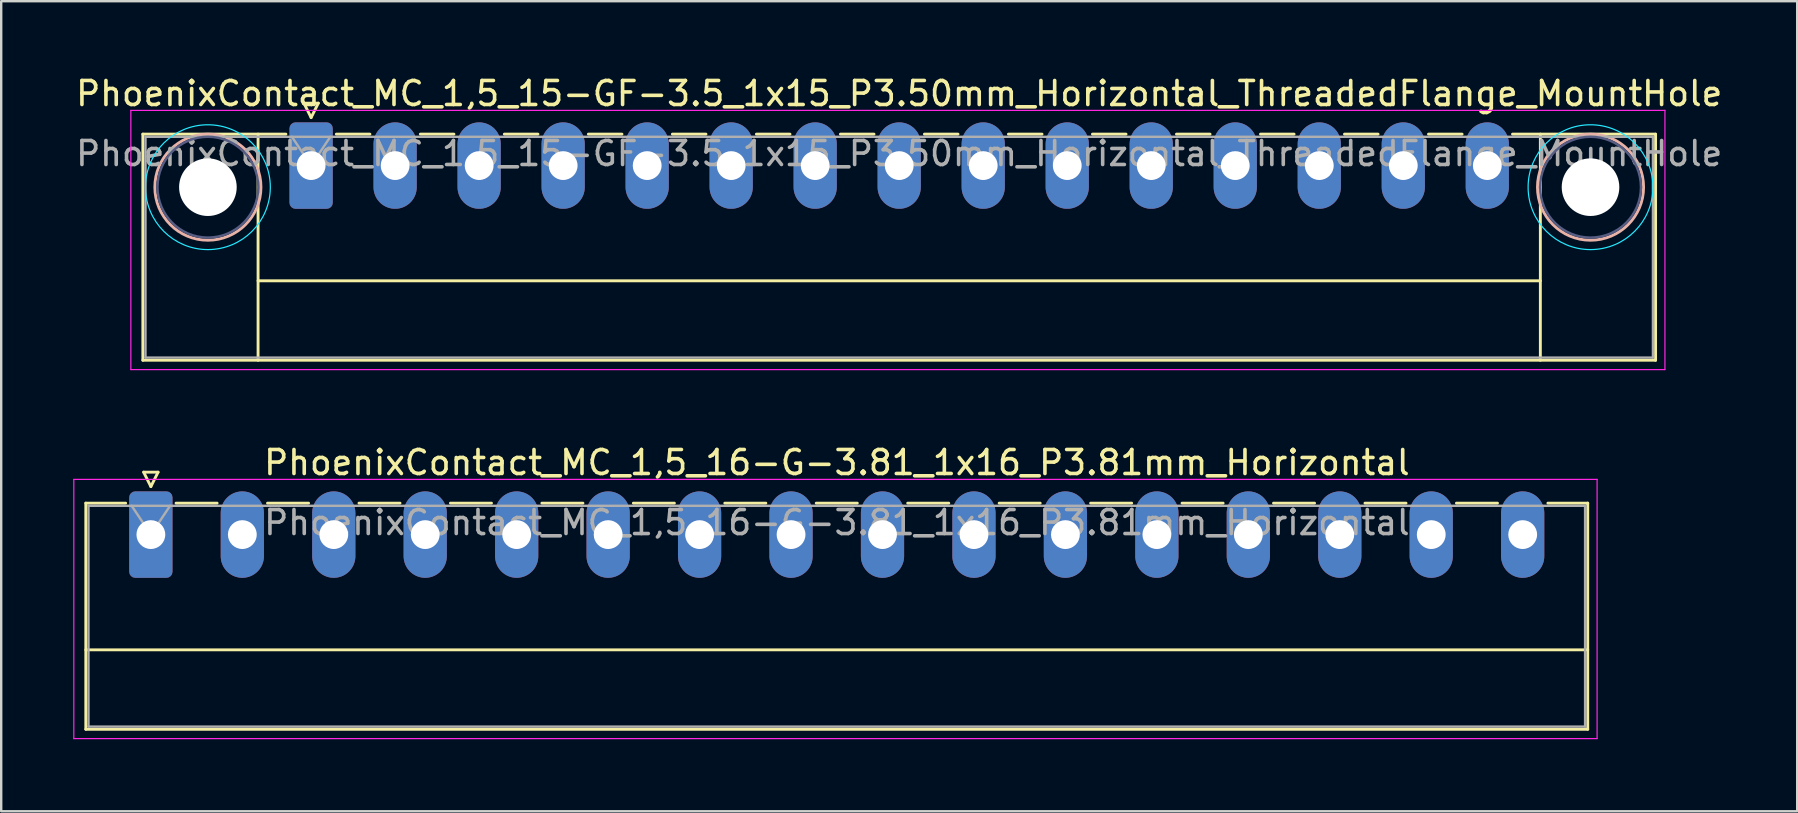
<source format=kicad_pcb>
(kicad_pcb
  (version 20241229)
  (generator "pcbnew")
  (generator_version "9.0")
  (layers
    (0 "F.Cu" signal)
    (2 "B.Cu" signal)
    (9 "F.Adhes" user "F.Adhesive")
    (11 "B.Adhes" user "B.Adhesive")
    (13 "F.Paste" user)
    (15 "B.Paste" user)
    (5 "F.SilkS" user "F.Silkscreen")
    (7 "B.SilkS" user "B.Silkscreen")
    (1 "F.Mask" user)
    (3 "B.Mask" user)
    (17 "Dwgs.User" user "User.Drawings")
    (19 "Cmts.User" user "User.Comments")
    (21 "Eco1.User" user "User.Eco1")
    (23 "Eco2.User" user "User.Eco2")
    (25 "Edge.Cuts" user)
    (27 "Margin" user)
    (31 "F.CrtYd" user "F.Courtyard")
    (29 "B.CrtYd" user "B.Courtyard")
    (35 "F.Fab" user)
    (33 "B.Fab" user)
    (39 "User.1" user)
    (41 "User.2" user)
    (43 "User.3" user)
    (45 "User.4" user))
  (footprint "PhoenixContact_MC_1,5_15-GF-3.5_1x15_P3.50mm_Horizontal_ThreadedFlange_MountHole"
    (layer "F.Cu")
    (at 9.911 3.848)
    (property "Reference" "PhoenixContact_MC_1,5_15-GF-3.5_1x15_P3.50mm_Horizontal_ThreadedFlange_MountHole" (at 24.5 -3 0) (layer "F.SilkS") (effects (font (size 1 1) (thickness 0.15))))
    (attr through_hole)
    (fp_line (start -7.01 -1.31) (end -7.01 8.11) (stroke (width 0.12) (type solid)) (layer "F.SilkS"))
    (fp_line (start -7.01 -1.31) (end -1.05 -1.31) (stroke (width 0.12) (type solid)) (layer "F.SilkS"))
    (fp_line (start -7.01 8.11) (end 56.01 8.11) (stroke (width 0.12) (type solid)) (layer "F.SilkS"))
    (fp_line (start -2.21 -1.31) (end -2.21 8.11) (stroke (width 0.12) (type solid)) (layer "F.SilkS"))
    (fp_line (start -2.21 4.8) (end 51.21 4.8) (stroke (width 0.12) (type solid)) (layer "F.SilkS"))
    (fp_line (start -0.3 -2.6) (end 0.3 -2.6) (stroke (width 0.12) (type solid)) (layer "F.SilkS"))
    (fp_line (start 0 -2) (end -0.3 -2.6) (stroke (width 0.12) (type solid)) (layer "F.SilkS"))
    (fp_line (start 0.3 -2.6) (end 0 -2) (stroke (width 0.12) (type solid)) (layer "F.SilkS"))
    (fp_line (start 1.05 -1.31) (end 2.45 -1.31) (stroke (width 0.12) (type solid)) (layer "F.SilkS"))
    (fp_line (start 4.55 -1.31) (end 5.95 -1.31) (stroke (width 0.12) (type solid)) (layer "F.SilkS"))
    (fp_line (start 8.05 -1.31) (end 9.45 -1.31) (stroke (width 0.12) (type solid)) (layer "F.SilkS"))
    (fp_line (start 11.55 -1.31) (end 12.95 -1.31) (stroke (width 0.12) (type solid)) (layer "F.SilkS"))
    (fp_line (start 15.05 -1.31) (end 16.45 -1.31) (stroke (width 0.12) (type solid)) (layer "F.SilkS"))
    (fp_line (start 18.55 -1.31) (end 19.95 -1.31) (stroke (width 0.12) (type solid)) (layer "F.SilkS"))
    (fp_line (start 22.05 -1.31) (end 23.45 -1.31) (stroke (width 0.12) (type solid)) (layer "F.SilkS"))
    (fp_line (start 25.55 -1.31) (end 26.95 -1.31) (stroke (width 0.12) (type solid)) (layer "F.SilkS"))
    (fp_line (start 29.05 -1.31) (end 30.45 -1.31) (stroke (width 0.12) (type solid)) (layer "F.SilkS"))
    (fp_line (start 32.55 -1.31) (end 33.95 -1.31) (stroke (width 0.12) (type solid)) (layer "F.SilkS"))
    (fp_line (start 36.05 -1.31) (end 37.45 -1.31) (stroke (width 0.12) (type solid)) (layer "F.SilkS"))
    (fp_line (start 39.55 -1.31) (end 40.95 -1.31) (stroke (width 0.12) (type solid)) (layer "F.SilkS"))
    (fp_line (start 43.05 -1.31) (end 44.45 -1.31) (stroke (width 0.12) (type solid)) (layer "F.SilkS"))
    (fp_line (start 46.55 -1.31) (end 47.95 -1.31) (stroke (width 0.12) (type solid)) (layer "F.SilkS"))
    (fp_line (start 51.21 -1.31) (end 51.21 8.11) (stroke (width 0.12) (type solid)) (layer "F.SilkS"))
    (fp_line (start 56.01 -1.31) (end 50.05 -1.31) (stroke (width 0.12) (type solid)) (layer "F.SilkS"))
    (fp_line (start 56.01 8.11) (end 56.01 -1.31) (stroke (width 0.12) (type solid)) (layer "F.SilkS"))
    (fp_circle (center -4.3 0.9) (end -2.09 0.9) (stroke (width 0.12) (type solid)) (fill no) (layer "B.SilkS"))
    (fp_circle (center 53.3 0.9) (end 55.51 0.9) (stroke (width 0.12) (type solid)) (fill no) (layer "B.SilkS"))
    (fp_circle (center -4.3 0.9) (end -1.7 0.9) (stroke (width 0.05) (type solid)) (fill no) (layer "B.CrtYd"))
    (fp_circle (center 53.3 0.9) (end 55.9 0.9) (stroke (width 0.05) (type solid)) (fill no) (layer "B.CrtYd"))
    (fp_line (start -7.51 -2.3) (end -7.51 8.5) (stroke (width 0.05) (type solid)) (layer "F.CrtYd"))
    (fp_line (start -7.51 8.5) (end 56.4 8.5) (stroke (width 0.05) (type solid)) (layer "F.CrtYd"))
    (fp_line (start 56.4 -2.3) (end -7.51 -2.3) (stroke (width 0.05) (type solid)) (layer "F.CrtYd"))
    (fp_line (start 56.4 8.5) (end 56.4 -2.3) (stroke (width 0.05) (type solid)) (layer "F.CrtYd"))
    (fp_circle (center -4.3 0.9) (end -2.2 0.9) (stroke (width 0.1) (type solid)) (fill no) (layer "B.Fab"))
    (fp_circle (center 53.3 0.9) (end 55.4 0.9) (stroke (width 0.1) (type solid)) (fill no) (layer "B.Fab"))
    (fp_line (start -6.9 -1.2) (end -6.9 8) (stroke (width 0.1) (type solid)) (layer "F.Fab"))
    (fp_line (start -6.9 8) (end 55.9 8) (stroke (width 0.1) (type solid)) (layer "F.Fab"))
    (fp_line (start 0 0) (end -0.8 -1.2) (stroke (width 0.1) (type solid)) (layer "F.Fab"))
    (fp_line (start 0.8 -1.2) (end 0 0) (stroke (width 0.1) (type solid)) (layer "F.Fab"))
    (fp_line (start 55.9 -1.2) (end -6.9 -1.2) (stroke (width 0.1) (type solid)) (layer "F.Fab"))
    (fp_line (start 55.9 8) (end 55.9 -1.2) (stroke (width 0.1) (type solid)) (layer "F.Fab"))
    (fp_text user "${REFERENCE}" (at 24.5 -0.5 0) (layer "F.Fab") (effects (font (size 1 1) (thickness 0.15))))
    (pad "" np_thru_hole circle (at -4.3 0.9) (size 2.4 2.4) (drill 2.4) (layers "*.Cu" "*.Mask"))
    (pad "" np_thru_hole circle (at 53.3 0.9) (size 2.4 2.4) (drill 2.4) (layers "*.Cu" "*.Mask"))
    (pad "1" thru_hole roundrect (at 0 0) (size 1.8 3.6) (drill 1.2) (layers "*.Cu" "*.Mask") (roundrect_rratio 0.139))
    (pad "2" thru_hole oval (at 3.5 0) (size 1.8 3.6) (drill 1.2) (layers "*.Cu" "*.Mask"))
    (pad "3" thru_hole oval (at 7 0) (size 1.8 3.6) (drill 1.2) (layers "*.Cu" "*.Mask"))
    (pad "4" thru_hole oval (at 10.5 0) (size 1.8 3.6) (drill 1.2) (layers "*.Cu" "*.Mask"))
    (pad "5" thru_hole oval (at 14 0) (size 1.8 3.6) (drill 1.2) (layers "*.Cu" "*.Mask"))
    (pad "6" thru_hole oval (at 17.5 0) (size 1.8 3.6) (drill 1.2) (layers "*.Cu" "*.Mask"))
    (pad "7" thru_hole oval (at 21 0) (size 1.8 3.6) (drill 1.2) (layers "*.Cu" "*.Mask"))
    (pad "8" thru_hole oval (at 24.5 0) (size 1.8 3.6) (drill 1.2) (layers "*.Cu" "*.Mask"))
    (pad "9" thru_hole oval (at 28 0) (size 1.8 3.6) (drill 1.2) (layers "*.Cu" "*.Mask"))
    (pad "10" thru_hole oval (at 31.5 0) (size 1.8 3.6) (drill 1.2) (layers "*.Cu" "*.Mask"))
    (pad "11" thru_hole oval (at 35 0) (size 1.8 3.6) (drill 1.2) (layers "*.Cu" "*.Mask"))
    (pad "12" thru_hole oval (at 38.5 0) (size 1.8 3.6) (drill 1.2) (layers "*.Cu" "*.Mask"))
    (pad "13" thru_hole oval (at 42 0) (size 1.8 3.6) (drill 1.2) (layers "*.Cu" "*.Mask"))
    (pad "14" thru_hole oval (at 45.5 0) (size 1.8 3.6) (drill 1.2) (layers "*.Cu" "*.Mask"))
    (pad "15" thru_hole oval (at 49 0) (size 1.8 3.6) (drill 1.2) (layers "*.Cu" "*.Mask")))
  (footprint "PhoenixContact_MC_1,5_16-G-3.81_1x16_P3.81mm_Horizontal"
    (layer "F.Cu")
    (at 3.235 19.221)
    (property "Reference" "PhoenixContact_MC_1,5_16-G-3.81_1x16_P3.81mm_Horizontal" (at 28.58 -3 0) (layer "F.SilkS") (effects (font (size 1 1) (thickness 0.15))))
    (attr through_hole)
    (fp_line (start -2.71 -1.31) (end -2.71 8.11) (stroke (width 0.12) (type solid)) (layer "F.SilkS"))
    (fp_line (start -2.71 -1.31) (end -1.05 -1.31) (stroke (width 0.12) (type solid)) (layer "F.SilkS"))
    (fp_line (start -2.71 4.8) (end 59.86 4.8) (stroke (width 0.12) (type solid)) (layer "F.SilkS"))
    (fp_line (start -2.71 8.11) (end 59.86 8.11) (stroke (width 0.12) (type solid)) (layer "F.SilkS"))
    (fp_line (start -0.3 -2.6) (end 0.3 -2.6) (stroke (width 0.12) (type solid)) (layer "F.SilkS"))
    (fp_line (start 0 -2) (end -0.3 -2.6) (stroke (width 0.12) (type solid)) (layer "F.SilkS"))
    (fp_line (start 0.3 -2.6) (end 0 -2) (stroke (width 0.12) (type solid)) (layer "F.SilkS"))
    (fp_line (start 1.05 -1.31) (end 2.76 -1.31) (stroke (width 0.12) (type solid)) (layer "F.SilkS"))
    (fp_line (start 4.86 -1.31) (end 6.57 -1.31) (stroke (width 0.12) (type solid)) (layer "F.SilkS"))
    (fp_line (start 8.67 -1.31) (end 10.38 -1.31) (stroke (width 0.12) (type solid)) (layer "F.SilkS"))
    (fp_line (start 12.48 -1.31) (end 14.19 -1.31) (stroke (width 0.12) (type solid)) (layer "F.SilkS"))
    (fp_line (start 16.29 -1.31) (end 18 -1.31) (stroke (width 0.12) (type solid)) (layer "F.SilkS"))
    (fp_line (start 20.1 -1.31) (end 21.81 -1.31) (stroke (width 0.12) (type solid)) (layer "F.SilkS"))
    (fp_line (start 23.91 -1.31) (end 25.62 -1.31) (stroke (width 0.12) (type solid)) (layer "F.SilkS"))
    (fp_line (start 27.72 -1.31) (end 29.43 -1.31) (stroke (width 0.12) (type solid)) (layer "F.SilkS"))
    (fp_line (start 31.53 -1.31) (end 33.24 -1.31) (stroke (width 0.12) (type solid)) (layer "F.SilkS"))
    (fp_line (start 35.34 -1.31) (end 37.05 -1.31) (stroke (width 0.12) (type solid)) (layer "F.SilkS"))
    (fp_line (start 39.15 -1.31) (end 40.86 -1.31) (stroke (width 0.12) (type solid)) (layer "F.SilkS"))
    (fp_line (start 42.96 -1.31) (end 44.67 -1.31) (stroke (width 0.12) (type solid)) (layer "F.SilkS"))
    (fp_line (start 46.77 -1.31) (end 48.48 -1.31) (stroke (width 0.12) (type solid)) (layer "F.SilkS"))
    (fp_line (start 50.58 -1.31) (end 52.29 -1.31) (stroke (width 0.12) (type solid)) (layer "F.SilkS"))
    (fp_line (start 54.39 -1.31) (end 56.1 -1.31) (stroke (width 0.12) (type solid)) (layer "F.SilkS"))
    (fp_line (start 59.86 -1.31) (end 58.2 -1.31) (stroke (width 0.12) (type solid)) (layer "F.SilkS"))
    (fp_line (start 59.86 8.11) (end 59.86 -1.31) (stroke (width 0.12) (type solid)) (layer "F.SilkS"))
    (fp_line (start -3.21 -2.3) (end -3.21 8.5) (stroke (width 0.05) (type solid)) (layer "F.CrtYd"))
    (fp_line (start -3.21 8.5) (end 60.25 8.5) (stroke (width 0.05) (type solid)) (layer "F.CrtYd"))
    (fp_line (start 60.25 -2.3) (end -3.21 -2.3) (stroke (width 0.05) (type solid)) (layer "F.CrtYd"))
    (fp_line (start 60.25 8.5) (end 60.25 -2.3) (stroke (width 0.05) (type solid)) (layer "F.CrtYd"))
    (fp_line (start -2.6 -1.2) (end -2.6 8) (stroke (width 0.1) (type solid)) (layer "F.Fab"))
    (fp_line (start -2.6 8) (end 59.75 8) (stroke (width 0.1) (type solid)) (layer "F.Fab"))
    (fp_line (start 0 0) (end -0.8 -1.2) (stroke (width 0.1) (type solid)) (layer "F.Fab"))
    (fp_line (start 0.8 -1.2) (end 0 0) (stroke (width 0.1) (type solid)) (layer "F.Fab"))
    (fp_line (start 59.75 -1.2) (end -2.6 -1.2) (stroke (width 0.1) (type solid)) (layer "F.Fab"))
    (fp_line (start 59.75 8) (end 59.75 -1.2) (stroke (width 0.1) (type solid)) (layer "F.Fab"))
    (fp_text user "${REFERENCE}" (at 28.58 -0.5 0) (layer "F.Fab") (effects (font (size 1 1) (thickness 0.15))))
    (pad "1" thru_hole roundrect (at 0 0) (size 1.8 3.6) (drill 1.2) (layers "*.Cu" "*.Mask") (roundrect_rratio 0.139))
    (pad "2" thru_hole oval (at 3.81 0) (size 1.8 3.6) (drill 1.2) (layers "*.Cu" "*.Mask"))
    (pad "3" thru_hole oval (at 7.62 0) (size 1.8 3.6) (drill 1.2) (layers "*.Cu" "*.Mask"))
    (pad "4" thru_hole oval (at 11.43 0) (size 1.8 3.6) (drill 1.2) (layers "*.Cu" "*.Mask"))
    (pad "5" thru_hole oval (at 15.24 0) (size 1.8 3.6) (drill 1.2) (layers "*.Cu" "*.Mask"))
    (pad "6" thru_hole oval (at 19.05 0) (size 1.8 3.6) (drill 1.2) (layers "*.Cu" "*.Mask"))
    (pad "7" thru_hole oval (at 22.86 0) (size 1.8 3.6) (drill 1.2) (layers "*.Cu" "*.Mask"))
    (pad "8" thru_hole oval (at 26.67 0) (size 1.8 3.6) (drill 1.2) (layers "*.Cu" "*.Mask"))
    (pad "9" thru_hole oval (at 30.48 0) (size 1.8 3.6) (drill 1.2) (layers "*.Cu" "*.Mask"))
    (pad "10" thru_hole oval (at 34.29 0) (size 1.8 3.6) (drill 1.2) (layers "*.Cu" "*.Mask"))
    (pad "11" thru_hole oval (at 38.1 0) (size 1.8 3.6) (drill 1.2) (layers "*.Cu" "*.Mask"))
    (pad "12" thru_hole oval (at 41.91 0) (size 1.8 3.6) (drill 1.2) (layers "*.Cu" "*.Mask"))
    (pad "13" thru_hole oval (at 45.72 0) (size 1.8 3.6) (drill 1.2) (layers "*.Cu" "*.Mask"))
    (pad "14" thru_hole oval (at 49.53 0) (size 1.8 3.6) (drill 1.2) (layers "*.Cu" "*.Mask"))
    (pad "15" thru_hole oval (at 53.34 0) (size 1.8 3.6) (drill 1.2) (layers "*.Cu" "*.Mask"))
    (pad "16" thru_hole oval (at 57.15 0) (size 1.8 3.6) (drill 1.2) (layers "*.Cu" "*.Mask")))
  (gr_rect
    (start -3 -3)
    (end 71.821 30.747)
    (stroke (width 0.1) (type default))
    (fill no)
    (layer "Edge.Cuts")))
</source>
